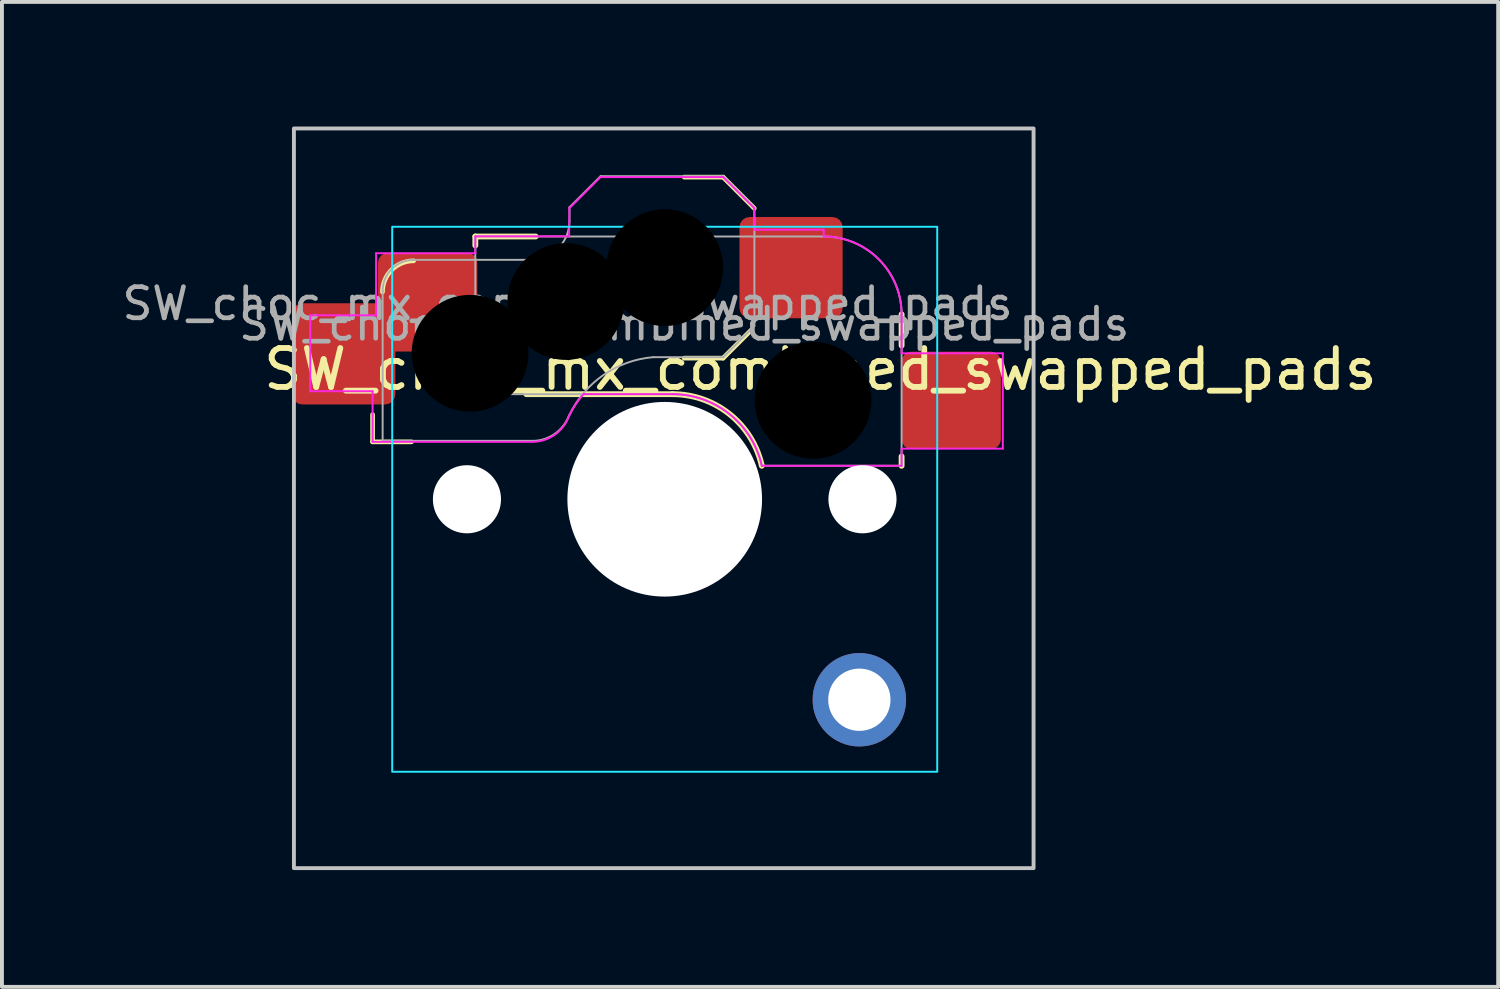
<source format=kicad_pcb>
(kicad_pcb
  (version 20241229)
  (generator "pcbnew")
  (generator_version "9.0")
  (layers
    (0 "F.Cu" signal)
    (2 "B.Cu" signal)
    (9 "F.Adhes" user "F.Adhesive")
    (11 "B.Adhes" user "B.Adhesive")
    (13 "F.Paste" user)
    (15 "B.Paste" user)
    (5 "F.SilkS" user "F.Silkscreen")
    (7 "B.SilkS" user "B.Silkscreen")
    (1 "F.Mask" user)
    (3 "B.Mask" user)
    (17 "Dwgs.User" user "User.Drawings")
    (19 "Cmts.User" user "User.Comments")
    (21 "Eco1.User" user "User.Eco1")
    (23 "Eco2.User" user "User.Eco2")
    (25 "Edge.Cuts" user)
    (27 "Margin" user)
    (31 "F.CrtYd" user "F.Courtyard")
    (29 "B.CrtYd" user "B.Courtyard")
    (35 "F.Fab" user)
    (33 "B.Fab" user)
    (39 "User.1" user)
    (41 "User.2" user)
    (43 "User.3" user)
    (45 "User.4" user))
  (footprint "SW_choc_mx_combined_swapped_pads"
    (layer "F.Cu")
    (at 4.5 0.25)
    (property "Reference" "SW_choc_mx_combined_swapped_pads" (at 13.525 6.185 0) (layer "F.SilkS") (effects (font (size 1 1) (thickness 0.15))))
    (attr smd)
    (fp_line (start 2.021 8.05) (end 2.021 7.35) (stroke (width 0.12) (type solid)) (layer "F.SilkS"))
    (fp_line (start 2.021 8.05) (end 3.021 8.05) (stroke (width 0.12) (type solid)) (layer "F.SilkS"))
    (fp_line (start 4.66 2.775) (end 4.66 3.005) (stroke (width 0.15) (type solid)) (layer "F.SilkS"))
    (fp_line (start 5.97 6.825) (end 9.725 6.825) (stroke (width 0.15) (type solid)) (layer "F.SilkS"))
    (fp_line (start 6.21 2.775) (end 4.66 2.775) (stroke (width 0.15) (type solid)) (layer "F.SilkS"))
    (fp_line (start 11.025 1.25) (end 10.025 1.25) (stroke (width 0.12) (type solid)) (layer "F.SilkS"))
    (fp_line (start 11.025 5.9) (end 10.025 5.9) (stroke (width 0.12) (type solid)) (layer "F.SilkS"))
    (fp_line (start 11.025 5.9) (end 11.743 5.182) (stroke (width 0.12) (type solid)) (layer "F.SilkS"))
    (fp_line (start 11.825 2.05) (end 11.025 1.25) (stroke (width 0.12) (type solid)) (layer "F.SilkS"))
    (fp_line (start 15.61 5.575) (end 15.61 4.775) (stroke (width 0.15) (type solid)) (layer "F.SilkS"))
    (fp_line (start 15.61 8.425) (end 15.61 8.665) (stroke (width 0.15) (type solid)) (layer "F.SilkS"))
    (fp_arc (start 2.275 4.2) (mid 2.509315 3.634315) (end 3.075 3.4) (stroke (width 0.12) (type solid)) (layer "F.SilkS"))
    (fp_arc (start 9.725 6.82478) (mid 11.195694 7.341362) (end 12.019322 8.66478) (stroke (width 0.15) (type solid)) (layer "F.SilkS"))
    (fp_rect (start 0 0) (end 19 19) (stroke (width 0.1) (type default)) (fill no) (layer "Dwgs.User"))
    (fp_line (start 2.525 3.025) (end 2.525 16.025) (stroke (width 0.05) (type solid)) (layer "Eco2.User"))
    (fp_line (start 2.575 15.975) (end 2.575 3.075) (stroke (width 0.05) (type solid)) (layer "Eco2.User"))
    (fp_line (start 3.025 16.525) (end 16.025 16.525) (stroke (width 0.05) (type solid)) (layer "Eco2.User"))
    (fp_line (start 3.075 2.575) (end 15.975 2.575) (stroke (width 0.05) (type solid)) (layer "Eco2.User"))
    (fp_line (start 15.975 16.475) (end 3.075 16.475) (stroke (width 0.05) (type solid)) (layer "Eco2.User"))
    (fp_line (start 16.025 2.525) (end 3.025 2.525) (stroke (width 0.05) (type solid)) (layer "Eco2.User"))
    (fp_line (start 16.475 3.075) (end 16.475 15.975) (stroke (width 0.05) (type solid)) (layer "Eco2.User"))
    (fp_line (start 16.525 16.025) (end 16.525 3.025) (stroke (width 0.05) (type solid)) (layer "Eco2.User"))
    (fp_arc (start 2.525 3.025) (mid 2.671447 2.671447) (end 3.025 2.525) (stroke (width 0.05) (type solid)) (layer "Eco2.User"))
    (fp_arc (start 2.575 3.075) (mid 2.721447 2.721447) (end 3.075 2.575) (stroke (width 0.05) (type solid)) (layer "Eco2.User"))
    (fp_arc (start 2.575 3.075) (mid 2.721447 2.721447) (end 3.075 2.575) (stroke (width 0.05) (type solid)) (layer "Eco2.User"))
    (fp_arc (start 3.027764 16.523884) (mid 2.674212 16.377436) (end 2.527764 16.023884) (stroke (width 0.05) (type solid)) (layer "Eco2.User"))
    (fp_arc (start 3.075 16.475) (mid 2.721447 16.328553) (end 2.575 15.975) (stroke (width 0.05) (type solid)) (layer "Eco2.User"))
    (fp_arc (start 15.975 2.575) (mid 16.328553 2.721447) (end 16.475 3.075) (stroke (width 0.05) (type solid)) (layer "Eco2.User"))
    (fp_arc (start 16.025 2.525) (mid 16.378553 2.671447) (end 16.525 3.025) (stroke (width 0.05) (type solid)) (layer "Eco2.User"))
    (fp_arc (start 16.475 15.975) (mid 16.328553 16.328553) (end 15.975 16.475) (stroke (width 0.05) (type solid)) (layer "Eco2.User"))
    (fp_arc (start 16.525 16.025) (mid 16.378553 16.378553) (end 16.025 16.525) (stroke (width 0.05) (type solid)) (layer "Eco2.User"))
    (fp_rect (start 16.525 16.525) (end 2.525 2.525) (stroke (width 0.05) (type default)) (fill no) (layer "B.CrtYd"))
    (fp_line (start 0.421 4.8) (end 0.421 6.75) (stroke (width 0.05) (type solid)) (layer "F.CrtYd"))
    (fp_line (start 0.421 6.75) (end 2.021 6.75) (stroke (width 0.05) (type solid)) (layer "F.CrtYd"))
    (fp_line (start 2.021 7.35) (end 2.021 6.75) (stroke (width 0.05) (type solid)) (layer "F.CrtYd"))
    (fp_line (start 2.021 8.05) (end 2.021 7.35) (stroke (width 0.05) (type solid)) (layer "F.CrtYd"))
    (fp_line (start 2.021 8.05) (end 6.125 8.05) (stroke (width 0.05) (type solid)) (layer "F.CrtYd"))
    (fp_line (start 2.11 4.8) (end 0.421 4.8) (stroke (width 0.05) (type solid)) (layer "F.CrtYd"))
    (fp_line (start 2.11 3.205) (end 4.66 3.205) (stroke (width 0.05) (type solid)) (layer "F.CrtYd"))
    (fp_line (start 2.11 4.8) (end 2.11 3.205) (stroke (width 0.05) (type solid)) (layer "F.CrtYd"))
    (fp_line (start 4.66 2.775) (end 4.66 3.205) (stroke (width 0.05) (type solid)) (layer "F.CrtYd"))
    (fp_line (start 7.07 2.77) (end 4.66 2.77) (stroke (width 0.05) (type solid)) (layer "F.CrtYd"))
    (fp_line (start 7.075 2.05) (end 7.07 2.77) (stroke (width 0.05) (type solid)) (layer "F.CrtYd"))
    (fp_line (start 7.075 2.05) (end 7.875 1.25) (stroke (width 0.05) (type solid)) (layer "F.CrtYd"))
    (fp_line (start 7.44 6.825) (end 9.725 6.825) (stroke (width 0.05) (type solid)) (layer "F.CrtYd"))
    (fp_line (start 11.025 1.25) (end 7.875 1.25) (stroke (width 0.05) (type solid)) (layer "F.CrtYd"))
    (fp_line (start 11.825 2.05) (end 11.025 1.25) (stroke (width 0.05) (type solid)) (layer "F.CrtYd"))
    (fp_line (start 11.825 2.05) (end 11.825 2.6) (stroke (width 0.05) (type solid)) (layer "F.CrtYd"))
    (fp_line (start 13.61 2.6) (end 11.825 2.6) (stroke (width 0.05) (type solid)) (layer "F.CrtYd"))
    (fp_line (start 13.61 2.775) (end 13.61 2.6) (stroke (width 0.05) (type solid)) (layer "F.CrtYd"))
    (fp_line (start 15.61 5.775) (end 15.61 4.775) (stroke (width 0.05) (type solid)) (layer "F.CrtYd"))
    (fp_line (start 15.61 5.775) (end 18.21 5.775) (stroke (width 0.05) (type solid)) (layer "F.CrtYd"))
    (fp_line (start 15.61 8.225) (end 15.61 8.665) (stroke (width 0.05) (type solid)) (layer "F.CrtYd"))
    (fp_line (start 15.61 8.665) (end 12.019 8.665) (stroke (width 0.05) (type solid)) (layer "F.CrtYd"))
    (fp_line (start 18.21 5.775) (end 18.21 8.225) (stroke (width 0.05) (type solid)) (layer "F.CrtYd"))
    (fp_line (start 18.21 8.225) (end 15.61 8.225) (stroke (width 0.05) (type solid)) (layer "F.CrtYd"))
    (fp_arc (start 7.064693 7.39202) (mid 6.698577 7.869152) (end 6.125 8.05) (stroke (width 0.05) (type solid)) (layer "F.CrtYd"))
    (fp_arc (start 7.064693 7.39202) (mid 7.232493 7.095264) (end 7.44 6.82478) (stroke (width 0.05) (type solid)) (layer "F.CrtYd"))
    (fp_arc (start 9.725 6.82478) (mid 11.195504 7.341599) (end 12.019322 8.66478) (stroke (width 0.05) (type solid)) (layer "F.CrtYd"))
    (fp_arc (start 13.610176 2.77478) (mid 15.024404 3.360552) (end 15.610176 4.77478) (stroke (width 0.05) (type solid)) (layer "F.CrtYd"))
    (fp_line (start 2.279 4.175) (end 2.279 8.025) (stroke (width 0.05) (type solid)) (layer "F.Fab"))
    (fp_line (start 2.279 8.025) (end 6.129 8.025) (stroke (width 0.05) (type solid)) (layer "F.Fab"))
    (fp_line (start 4.66 2.775) (end 4.66 6.825) (stroke (width 0.05) (type solid)) (layer "F.Fab"))
    (fp_line (start 4.66 6.825) (end 9.725 6.825) (stroke (width 0.05) (type solid)) (layer "F.Fab"))
    (fp_line (start 6.079 3.375) (end 3.079 3.375) (stroke (width 0.05) (type solid)) (layer "F.Fab"))
    (fp_line (start 7.079 2.025) (end 7.079 2.375) (stroke (width 0.05) (type solid)) (layer "F.Fab"))
    (fp_line (start 7.079 2.025) (end 7.879 1.225) (stroke (width 0.05) (type solid)) (layer "F.Fab"))
    (fp_line (start 11.029 1.225) (end 7.879 1.225) (stroke (width 0.05) (type solid)) (layer "F.Fab"))
    (fp_line (start 11.029 5.875) (end 9.229 5.875) (stroke (width 0.05) (type solid)) (layer "F.Fab"))
    (fp_line (start 11.029 5.875) (end 11.829 5.075) (stroke (width 0.05) (type solid)) (layer "F.Fab"))
    (fp_line (start 11.829 2.025) (end 11.029 1.225) (stroke (width 0.05) (type solid)) (layer "F.Fab"))
    (fp_line (start 11.829 2.025) (end 11.829 5.075) (stroke (width 0.05) (type solid)) (layer "F.Fab"))
    (fp_line (start 13.61 2.775) (end 4.66 2.775) (stroke (width 0.05) (type solid)) (layer "F.Fab"))
    (fp_line (start 15.61 8.665) (end 12.019 8.665) (stroke (width 0.05) (type solid)) (layer "F.Fab"))
    (fp_line (start 15.61 8.665) (end 15.61 4.775) (stroke (width 0.05) (type solid)) (layer "F.Fab"))
    (fp_arc (start 2.279 4.175) (mid 2.513315 3.609315) (end 3.079 3.375) (stroke (width 0.05) (type solid)) (layer "F.Fab"))
    (fp_arc (start 7.068693 7.36702) (mid 6.702577 7.844152) (end 6.129 8.025) (stroke (width 0.05) (type solid)) (layer "F.Fab"))
    (fp_arc (start 7.073556 7.36707) (mid 7.951729 6.332766) (end 9.229001 5.875001) (stroke (width 0.05) (type solid)) (layer "F.Fab"))
    (fp_arc (start 7.079 2.375) (mid 6.786107 3.082107) (end 6.079 3.375) (stroke (width 0.05) (type solid)) (layer "F.Fab"))
    (fp_arc (start 9.725 6.82478) (mid 11.195504 7.341599) (end 12.019322 8.66478) (stroke (width 0.05) (type solid)) (layer "F.Fab"))
    (fp_arc (start 13.610176 2.77478) (mid 15.024404 3.360552) (end 15.610176 4.77478) (stroke (width 0.05) (type solid)) (layer "F.Fab"))
    (fp_text user "${REFERENCE}" (at 7.029 4.5 0) (layer "F.Fab") (effects (font (size 0.8 0.8) (thickness 0.12))))
    (fp_text user "${REFERENCE}" (at 10.025 5.025 0) (layer "F.Fab") (effects (font (size 0.8 0.8) (thickness 0.12))))
    (pad "" np_thru_hole circle (at 4.445 9.525) (size 1.75 1.75) (drill 1.75) (layers "*.Cu" "*.Mask"))
    (pad "" np_thru_hole circle (at 4.525 5.775) (size 3.3 3.3) (drill 3) (layers "*.Mask"))
    (pad "" np_thru_hole circle (at 6.985 4.445) (size 3.3 3.3) (drill 3) (layers "*.Mask"))
    (pad "" np_thru_hole circle (at 9.525 3.575) (size 3.3 3.3) (drill 3) (layers "*.Mask"))
    (pad "" np_thru_hole circle (at 9.525 9.525 180) (size 5 5) (drill 5) (layers "*.Cu" "*.Mask"))
    (pad "" np_thru_hole circle (at 13.335 6.985) (size 3.3 3.3) (drill 3) (layers "*.Mask"))
    (pad "" np_thru_hole circle (at 14.605 9.525) (size 1.75 1.75) (drill 1.75) (layers "*.Cu" "*.Mask"))
    (pad "1" smd roundrect (at 12.77 3.575) (size 2.65 2.6) (layers "F.Cu" "F.Mask" "F.Paste") (roundrect_rratio 0.1))
    (pad "1" smd roundrect (at 16.885 6.985) (size 2.55 2.5) (layers "F.Cu" "F.Mask" "F.Paste") (roundrect_rratio 0.1))
    (pad "2" smd roundrect (at 1.28 5.79 180) (size 2.65 2.6) (layers "F.Cu" "F.Mask" "F.Paste") (roundrect_rratio 0.1))
    (pad "2" smd roundrect (at 3.435 4.463) (size 2.55 2.535) (layers "F.Cu" "F.Mask" "F.Paste") (roundrect_rratio 0.1))
    (pad "2" thru_hole circle (at 14.525 14.675 180) (size 2.4 2.4) (drill 1.6) (layers "*.Cu" "F.Mask")))
  (gr_rect
    (start -3 -3)
    (end 35.435 22.3)
    (stroke (width 0.1) (type default))
    (fill no)
    (layer "Edge.Cuts")))
</source>
